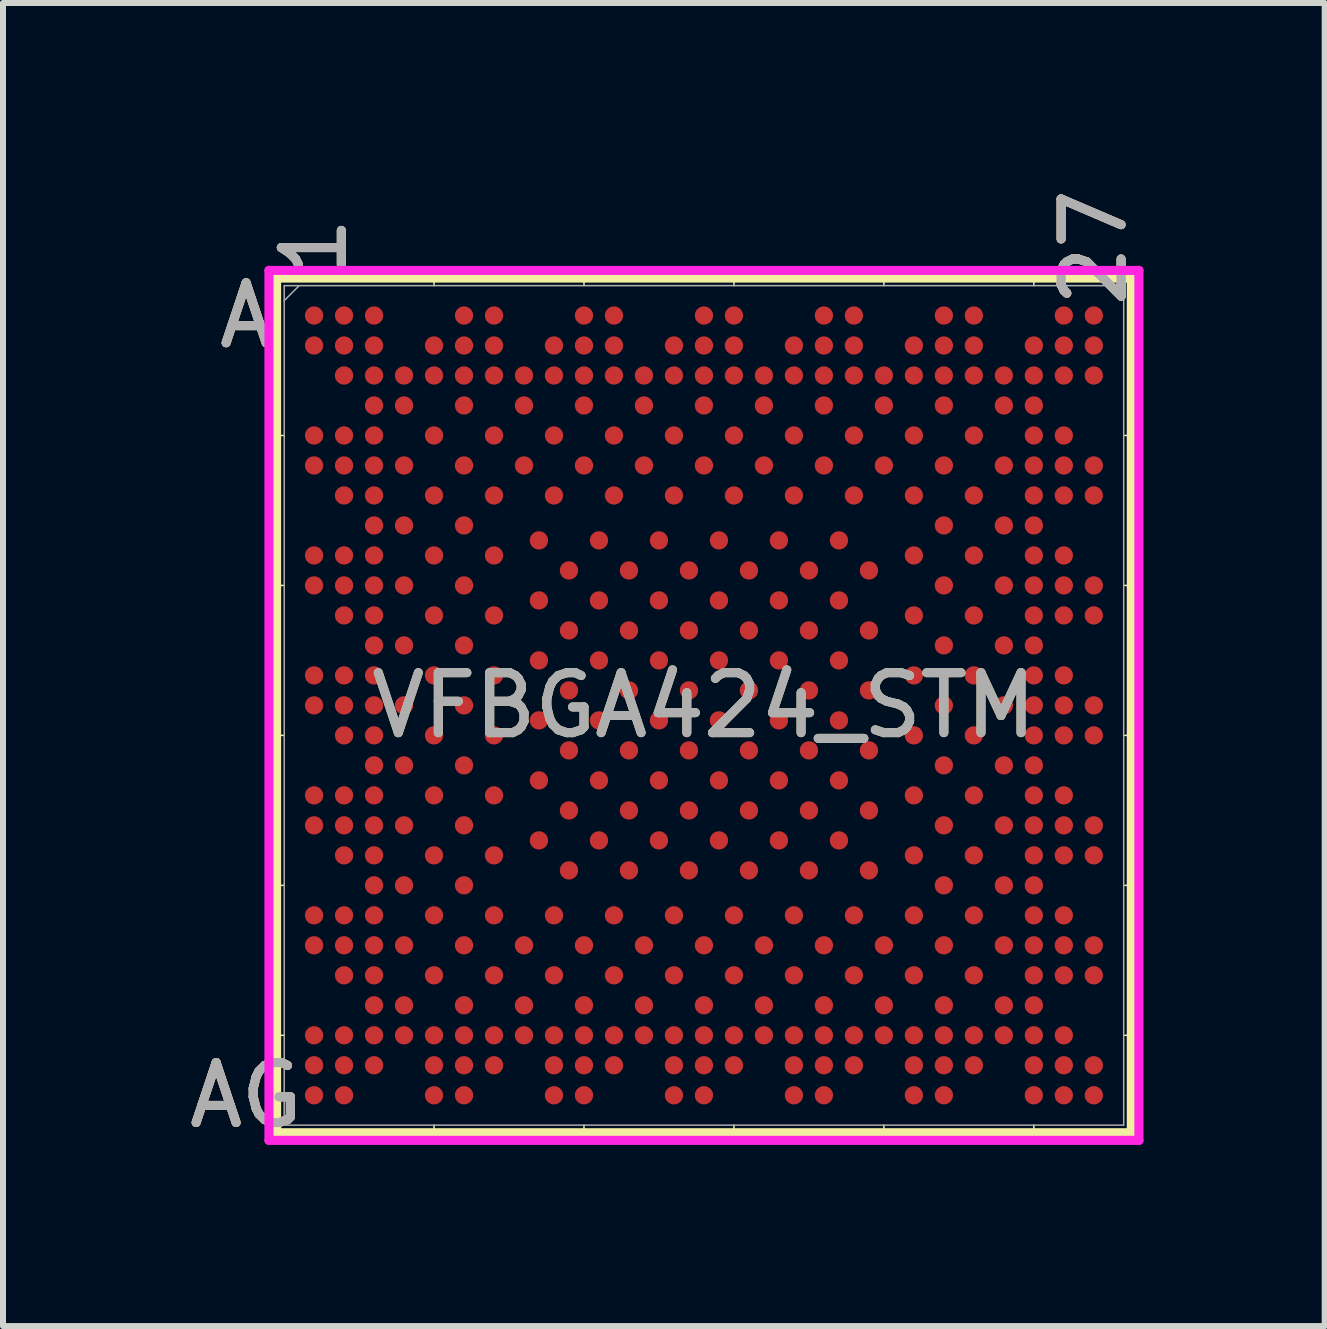
<source format=kicad_pcb>
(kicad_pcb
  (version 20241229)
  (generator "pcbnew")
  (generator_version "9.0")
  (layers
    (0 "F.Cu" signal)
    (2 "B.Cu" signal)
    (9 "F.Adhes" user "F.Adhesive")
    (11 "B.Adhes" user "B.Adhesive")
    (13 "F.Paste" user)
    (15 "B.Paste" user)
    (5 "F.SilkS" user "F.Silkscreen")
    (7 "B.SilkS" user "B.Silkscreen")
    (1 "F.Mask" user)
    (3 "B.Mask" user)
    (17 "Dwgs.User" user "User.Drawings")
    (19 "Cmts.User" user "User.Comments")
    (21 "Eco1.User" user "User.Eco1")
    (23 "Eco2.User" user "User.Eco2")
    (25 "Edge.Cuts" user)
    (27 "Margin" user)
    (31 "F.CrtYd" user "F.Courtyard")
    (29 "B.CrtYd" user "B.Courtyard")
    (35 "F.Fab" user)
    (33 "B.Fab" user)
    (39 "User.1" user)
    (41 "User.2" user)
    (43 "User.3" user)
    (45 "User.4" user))
  (footprint "VFBGA424_STM"
    (layer "F.Cu")
    (at 8.686 8.71)
    (property "Reference" "VFBGA424_STM" (at 0 0 0) (unlocked yes) (layer "F.SilkS") (effects (font (size 1 1) (thickness 0.15))))
    (attr smd)
    (fp_line (start -7.125 -7.125) (end -7.125 7.125) (stroke (width 0.152) (type solid)) (layer "F.SilkS"))
    (fp_line (start -7.125 7.125) (end 7.125 7.125) (stroke (width 0.152) (type solid)) (layer "F.SilkS"))
    (fp_line (start -6.998 -4.5) (end -7.252 -4.5) (stroke (width 0.025) (type solid)) (layer "F.SilkS"))
    (fp_line (start -6.998 -2) (end -7.252 -2) (stroke (width 0.025) (type solid)) (layer "F.SilkS"))
    (fp_line (start -6.998 0.5) (end -7.252 0.5) (stroke (width 0.025) (type solid)) (layer "F.SilkS"))
    (fp_line (start -6.998 3) (end -7.252 3) (stroke (width 0.025) (type solid)) (layer "F.SilkS"))
    (fp_line (start -6.998 5.5) (end -7.252 5.5) (stroke (width 0.025) (type solid)) (layer "F.SilkS"))
    (fp_line (start -4.5 -6.998) (end -4.5 -7.252) (stroke (width 0.025) (type solid)) (layer "F.SilkS"))
    (fp_line (start -4.5 6.998) (end -4.5 7.252) (stroke (width 0.025) (type solid)) (layer "F.SilkS"))
    (fp_line (start -2 -6.998) (end -2 -7.252) (stroke (width 0.025) (type solid)) (layer "F.SilkS"))
    (fp_line (start -2 6.998) (end -2 7.252) (stroke (width 0.025) (type solid)) (layer "F.SilkS"))
    (fp_line (start 0.5 -6.998) (end 0.5 -7.252) (stroke (width 0.025) (type solid)) (layer "F.SilkS"))
    (fp_line (start 0.5 6.998) (end 0.5 7.252) (stroke (width 0.025) (type solid)) (layer "F.SilkS"))
    (fp_line (start 3 -6.998) (end 3 -7.252) (stroke (width 0.025) (type solid)) (layer "F.SilkS"))
    (fp_line (start 3 6.998) (end 3 7.252) (stroke (width 0.025) (type solid)) (layer "F.SilkS"))
    (fp_line (start 5.5 -6.998) (end 5.5 -7.252) (stroke (width 0.025) (type solid)) (layer "F.SilkS"))
    (fp_line (start 5.5 6.998) (end 5.5 7.252) (stroke (width 0.025) (type solid)) (layer "F.SilkS"))
    (fp_line (start 6.998 -4.5) (end 7.252 -4.5) (stroke (width 0.025) (type solid)) (layer "F.SilkS"))
    (fp_line (start 6.998 -2) (end 7.252 -2) (stroke (width 0.025) (type solid)) (layer "F.SilkS"))
    (fp_line (start 6.998 0.5) (end 7.252 0.5) (stroke (width 0.025) (type solid)) (layer "F.SilkS"))
    (fp_line (start 6.998 3) (end 7.252 3) (stroke (width 0.025) (type solid)) (layer "F.SilkS"))
    (fp_line (start 6.998 5.5) (end 7.252 5.5) (stroke (width 0.025) (type solid)) (layer "F.SilkS"))
    (fp_line (start 7.125 -7.125) (end -7.125 -7.125) (stroke (width 0.152) (type solid)) (layer "F.SilkS"))
    (fp_line (start 7.125 7.125) (end 7.125 -7.125) (stroke (width 0.152) (type solid)) (layer "F.SilkS"))
    (fp_line (start -7.252 -7.252) (end 7.252 -7.252) (stroke (width 0.152) (type solid)) (layer "F.CrtYd"))
    (fp_line (start -7.252 7.252) (end -7.252 -7.252) (stroke (width 0.152) (type solid)) (layer "F.CrtYd"))
    (fp_line (start 7.252 -7.252) (end 7.252 7.252) (stroke (width 0.152) (type solid)) (layer "F.CrtYd"))
    (fp_line (start 7.252 7.252) (end -7.252 7.252) (stroke (width 0.152) (type solid)) (layer "F.CrtYd"))
    (fp_line (start -6.998 -6.998) (end -6.998 6.998) (stroke (width 0.025) (type solid)) (layer "F.Fab"))
    (fp_line (start -6.998 6.998) (end 6.998 6.998) (stroke (width 0.025) (type solid)) (layer "F.Fab"))
    (fp_line (start -6.748 -6.998) (end -6.998 -6.748) (stroke (width 0.025) (type solid)) (layer "F.Fab"))
    (fp_line (start 6.998 -6.998) (end -6.998 -6.998) (stroke (width 0.025) (type solid)) (layer "F.Fab"))
    (fp_line (start 6.998 6.998) (end 6.998 -6.998) (stroke (width 0.025) (type solid)) (layer "F.Fab"))
    (fp_text user "AG" (at -7.633 6.5 0) (unlocked yes) (layer "F.SilkS") (effects (font (size 1 1) (thickness 0.15))))
    (fp_text user "27" (at 6.5 -7.633 90) (unlocked yes) (layer "F.SilkS") (effects (font (size 1 1) (thickness 0.15))))
    (fp_text user "1" (at -6.5 -7.633 90) (unlocked yes) (layer "F.SilkS") (effects (font (size 1 1) (thickness 0.15))))
    (fp_text user "A" (at -7.633 -6.5 0) (unlocked yes) (layer "F.SilkS") (effects (font (size 1 1) (thickness 0.15))))
    (fp_text user "A" (at -7.633 -6.5 0) (unlocked yes) (layer "B.SilkS") (effects (font (size 1 1) (thickness 0.15))))
    (fp_text user "1" (at -6.5 -7.633 90) (unlocked yes) (layer "B.SilkS") (effects (font (size 1 1) (thickness 0.15))))
    (fp_text user "27" (at 6.5 -7.633 90) (unlocked yes) (layer "B.SilkS") (effects (font (size 1 1) (thickness 0.15))))
    (fp_text user "AG" (at -7.633 6.5 0) (unlocked yes) (layer "B.SilkS") (effects (font (size 1 1) (thickness 0.15))))
    (fp_text user "A" (at -7.633 -6.5 0) (unlocked yes) (layer "F.Fab") (effects (font (size 1 1) (thickness 0.15))))
    (fp_text user "AG" (at -7.633 6.5 0) (unlocked yes) (layer "F.Fab") (effects (font (size 1 1) (thickness 0.15))))
    (fp_text user "${REFERENCE}" (at 0 0 0) (unlocked yes) (layer "F.Fab") (effects (font (size 1 1) (thickness 0.15))))
    (fp_text user "1" (at -6.5 -7.633 90) (unlocked yes) (layer "F.Fab") (effects (font (size 1 1) (thickness 0.15))))
    (fp_text user "27" (at 6.5 -7.633 90) (unlocked yes) (layer "F.Fab") (effects (font (size 1 1) (thickness 0.15))))
    (pad "1A" smd circle (at -2.751 -2.751) (size 0.305 0.305) (layers "F.Cu" "F.Mask" "F.Paste"))
    (pad "1C" smd circle (at -2.751 -1.75) (size 0.305 0.305) (layers "F.Cu" "F.Mask" "F.Paste"))
    (pad "1E" smd circle (at -2.751 -0.75) (size 0.305 0.305) (layers "F.Cu" "F.Mask" "F.Paste"))
    (pad "1G" smd circle (at -2.751 0.25) (size 0.305 0.305) (layers "F.Cu" "F.Mask" "F.Paste"))
    (pad "1J" smd circle (at -2.751 1.25) (size 0.305 0.305) (layers "F.Cu" "F.Mask" "F.Paste"))
    (pad "1L" smd circle (at -2.751 2.251) (size 0.305 0.305) (layers "F.Cu" "F.Mask" "F.Paste"))
    (pad "2B" smd circle (at -2.25 -2.25) (size 0.305 0.305) (layers "F.Cu" "F.Mask" "F.Paste"))
    (pad "2D" smd circle (at -2.25 -1.25) (size 0.305 0.305) (layers "F.Cu" "F.Mask" "F.Paste"))
    (pad "2F" smd circle (at -2.25 -0.25) (size 0.305 0.305) (layers "F.Cu" "F.Mask" "F.Paste"))
    (pad "2H" smd circle (at -2.25 0.75) (size 0.305 0.305) (layers "F.Cu" "F.Mask" "F.Paste"))
    (pad "2K" smd circle (at -2.25 1.751) (size 0.305 0.305) (layers "F.Cu" "F.Mask" "F.Paste"))
    (pad "2M" smd circle (at -2.25 2.751) (size 0.305 0.305) (layers "F.Cu" "F.Mask" "F.Paste"))
    (pad "3A" smd circle (at -1.75 -2.751) (size 0.305 0.305) (layers "F.Cu" "F.Mask" "F.Paste"))
    (pad "3C" smd circle (at -1.75 -1.75) (size 0.305 0.305) (layers "F.Cu" "F.Mask" "F.Paste"))
    (pad "3E" smd circle (at -1.75 -0.75) (size 0.305 0.305) (layers "F.Cu" "F.Mask" "F.Paste"))
    (pad "3G" smd circle (at -1.75 0.25) (size 0.305 0.305) (layers "F.Cu" "F.Mask" "F.Paste"))
    (pad "3J" smd circle (at -1.75 1.25) (size 0.305 0.305) (layers "F.Cu" "F.Mask" "F.Paste"))
    (pad "3L" smd circle (at -1.75 2.251) (size 0.305 0.305) (layers "F.Cu" "F.Mask" "F.Paste"))
    (pad "4B" smd circle (at -1.25 -2.25) (size 0.305 0.305) (layers "F.Cu" "F.Mask" "F.Paste"))
    (pad "4D" smd circle (at -1.25 -1.25) (size 0.305 0.305) (layers "F.Cu" "F.Mask" "F.Paste"))
    (pad "4F" smd circle (at -1.25 -0.25) (size 0.305 0.305) (layers "F.Cu" "F.Mask" "F.Paste"))
    (pad "4H" smd circle (at -1.25 0.75) (size 0.305 0.305) (layers "F.Cu" "F.Mask" "F.Paste"))
    (pad "4K" smd circle (at -1.25 1.751) (size 0.305 0.305) (layers "F.Cu" "F.Mask" "F.Paste"))
    (pad "4M" smd circle (at -1.25 2.751) (size 0.305 0.305) (layers "F.Cu" "F.Mask" "F.Paste"))
    (pad "5A" smd circle (at -0.75 -2.751) (size 0.305 0.305) (layers "F.Cu" "F.Mask" "F.Paste"))
    (pad "5C" smd circle (at -0.75 -1.75) (size 0.305 0.305) (layers "F.Cu" "F.Mask" "F.Paste"))
    (pad "5E" smd circle (at -0.75 -0.75) (size 0.305 0.305) (layers "F.Cu" "F.Mask" "F.Paste"))
    (pad "5G" smd circle (at -0.75 0.25) (size 0.305 0.305) (layers "F.Cu" "F.Mask" "F.Paste"))
    (pad "5J" smd circle (at -0.75 1.25) (size 0.305 0.305) (layers "F.Cu" "F.Mask" "F.Paste"))
    (pad "5L" smd circle (at -0.75 2.251) (size 0.305 0.305) (layers "F.Cu" "F.Mask" "F.Paste"))
    (pad "6B" smd circle (at -0.25 -2.25) (size 0.305 0.305) (layers "F.Cu" "F.Mask" "F.Paste"))
    (pad "6D" smd circle (at -0.25 -1.25) (size 0.305 0.305) (layers "F.Cu" "F.Mask" "F.Paste"))
    (pad "6F" smd circle (at -0.25 -0.25) (size 0.305 0.305) (layers "F.Cu" "F.Mask" "F.Paste"))
    (pad "6H" smd circle (at -0.25 0.75) (size 0.305 0.305) (layers "F.Cu" "F.Mask" "F.Paste"))
    (pad "6K" smd circle (at -0.25 1.751) (size 0.305 0.305) (layers "F.Cu" "F.Mask" "F.Paste"))
    (pad "6M" smd circle (at -0.25 2.751) (size 0.305 0.305) (layers "F.Cu" "F.Mask" "F.Paste"))
    (pad "7A" smd circle (at 0.25 -2.751) (size 0.305 0.305) (layers "F.Cu" "F.Mask" "F.Paste"))
    (pad "7C" smd circle (at 0.25 -1.75) (size 0.305 0.305) (layers "F.Cu" "F.Mask" "F.Paste"))
    (pad "7E" smd circle (at 0.25 -0.75) (size 0.305 0.305) (layers "F.Cu" "F.Mask" "F.Paste"))
    (pad "7G" smd circle (at 0.25 0.25) (size 0.305 0.305) (layers "F.Cu" "F.Mask" "F.Paste"))
    (pad "7J" smd circle (at 0.25 1.25) (size 0.305 0.305) (layers "F.Cu" "F.Mask" "F.Paste"))
    (pad "7L" smd circle (at 0.25 2.251) (size 0.305 0.305) (layers "F.Cu" "F.Mask" "F.Paste"))
    (pad "8B" smd circle (at 0.75 -2.25) (size 0.305 0.305) (layers "F.Cu" "F.Mask" "F.Paste"))
    (pad "8D" smd circle (at 0.75 -1.25) (size 0.305 0.305) (layers "F.Cu" "F.Mask" "F.Paste"))
    (pad "8F" smd circle (at 0.75 -0.25) (size 0.305 0.305) (layers "F.Cu" "F.Mask" "F.Paste"))
    (pad "8H" smd circle (at 0.75 0.75) (size 0.305 0.305) (layers "F.Cu" "F.Mask" "F.Paste"))
    (pad "8K" smd circle (at 0.75 1.751) (size 0.305 0.305) (layers "F.Cu" "F.Mask" "F.Paste"))
    (pad "8M" smd circle (at 0.75 2.751) (size 0.305 0.305) (layers "F.Cu" "F.Mask" "F.Paste"))
    (pad "9A" smd circle (at 1.25 -2.751) (size 0.305 0.305) (layers "F.Cu" "F.Mask" "F.Paste"))
    (pad "9C" smd circle (at 1.25 -1.75) (size 0.305 0.305) (layers "F.Cu" "F.Mask" "F.Paste"))
    (pad "9E" smd circle (at 1.25 -0.75) (size 0.305 0.305) (layers "F.Cu" "F.Mask" "F.Paste"))
    (pad "9G" smd circle (at 1.25 0.25) (size 0.305 0.305) (layers "F.Cu" "F.Mask" "F.Paste"))
    (pad "9J" smd circle (at 1.25 1.25) (size 0.305 0.305) (layers "F.Cu" "F.Mask" "F.Paste"))
    (pad "9L" smd circle (at 1.25 2.251) (size 0.305 0.305) (layers "F.Cu" "F.Mask" "F.Paste"))
    (pad "10B" smd circle (at 1.751 -2.25) (size 0.305 0.305) (layers "F.Cu" "F.Mask" "F.Paste"))
    (pad "10D" smd circle (at 1.751 -1.25) (size 0.305 0.305) (layers "F.Cu" "F.Mask" "F.Paste"))
    (pad "10F" smd circle (at 1.751 -0.25) (size 0.305 0.305) (layers "F.Cu" "F.Mask" "F.Paste"))
    (pad "10H" smd circle (at 1.751 0.75) (size 0.305 0.305) (layers "F.Cu" "F.Mask" "F.Paste"))
    (pad "10K" smd circle (at 1.751 1.751) (size 0.305 0.305) (layers "F.Cu" "F.Mask" "F.Paste"))
    (pad "10M" smd circle (at 1.751 2.751) (size 0.305 0.305) (layers "F.Cu" "F.Mask" "F.Paste"))
    (pad "11A" smd circle (at 2.251 -2.751) (size 0.305 0.305) (layers "F.Cu" "F.Mask" "F.Paste"))
    (pad "11C" smd circle (at 2.251 -1.75) (size 0.305 0.305) (layers "F.Cu" "F.Mask" "F.Paste"))
    (pad "11E" smd circle (at 2.251 -0.75) (size 0.305 0.305) (layers "F.Cu" "F.Mask" "F.Paste"))
    (pad "11G" smd circle (at 2.251 0.25) (size 0.305 0.305) (layers "F.Cu" "F.Mask" "F.Paste"))
    (pad "11J" smd circle (at 2.251 1.25) (size 0.305 0.305) (layers "F.Cu" "F.Mask" "F.Paste"))
    (pad "11L" smd circle (at 2.251 2.251) (size 0.305 0.305) (layers "F.Cu" "F.Mask" "F.Paste"))
    (pad "12B" smd circle (at 2.751 -2.25) (size 0.305 0.305) (layers "F.Cu" "F.Mask" "F.Paste"))
    (pad "12D" smd circle (at 2.751 -1.25) (size 0.305 0.305) (layers "F.Cu" "F.Mask" "F.Paste"))
    (pad "12F" smd circle (at 2.751 -0.25) (size 0.305 0.305) (layers "F.Cu" "F.Mask" "F.Paste"))
    (pad "12H" smd circle (at 2.751 0.75) (size 0.305 0.305) (layers "F.Cu" "F.Mask" "F.Paste"))
    (pad "12K" smd circle (at 2.751 1.751) (size 0.305 0.305) (layers "F.Cu" "F.Mask" "F.Paste"))
    (pad "12M" smd circle (at 2.751 2.751) (size 0.305 0.305) (layers "F.Cu" "F.Mask" "F.Paste"))
    (pad "A1" smd circle (at -6.5 -6.5) (size 0.305 0.305) (layers "F.Cu" "F.Mask" "F.Paste"))
    (pad "A2" smd circle (at -6 -6.5) (size 0.305 0.305) (layers "F.Cu" "F.Mask" "F.Paste"))
    (pad "A3" smd circle (at -5.5 -6.5) (size 0.305 0.305) (layers "F.Cu" "F.Mask" "F.Paste"))
    (pad "A6" smd circle (at -4 -6.5) (size 0.305 0.305) (layers "F.Cu" "F.Mask" "F.Paste"))
    (pad "A7" smd circle (at -3.5 -6.5) (size 0.305 0.305) (layers "F.Cu" "F.Mask" "F.Paste"))
    (pad "A10" smd circle (at -2 -6.5) (size 0.305 0.305) (layers "F.Cu" "F.Mask" "F.Paste"))
    (pad "A11" smd circle (at -1.5 -6.5) (size 0.305 0.305) (layers "F.Cu" "F.Mask" "F.Paste"))
    (pad "A14" smd circle (at 0 -6.5) (size 0.305 0.305) (layers "F.Cu" "F.Mask" "F.Paste"))
    (pad "A15" smd circle (at 0.5 -6.5) (size 0.305 0.305) (layers "F.Cu" "F.Mask" "F.Paste"))
    (pad "A18" smd circle (at 2 -6.5) (size 0.305 0.305) (layers "F.Cu" "F.Mask" "F.Paste"))
    (pad "A19" smd circle (at 2.5 -6.5) (size 0.305 0.305) (layers "F.Cu" "F.Mask" "F.Paste"))
    (pad "A22" smd circle (at 4 -6.5) (size 0.305 0.305) (layers "F.Cu" "F.Mask" "F.Paste"))
    (pad "A23" smd circle (at 4.5 -6.5) (size 0.305 0.305) (layers "F.Cu" "F.Mask" "F.Paste"))
    (pad "A26" smd circle (at 6 -6.5) (size 0.305 0.305) (layers "F.Cu" "F.Mask" "F.Paste"))
    (pad "A27" smd circle (at 6.5 -6.5) (size 0.305 0.305) (layers "F.Cu" "F.Mask" "F.Paste"))
    (pad "AA1" smd circle (at -6.5 3.5) (size 0.305 0.305) (layers "F.Cu" "F.Mask" "F.Paste"))
    (pad "AA2" smd circle (at -6 3.5) (size 0.305 0.305) (layers "F.Cu" "F.Mask" "F.Paste"))
    (pad "AA3" smd circle (at -5.5 3.5) (size 0.305 0.305) (layers "F.Cu" "F.Mask" "F.Paste"))
    (pad "AA5" smd circle (at -4.5 3.5) (size 0.305 0.305) (layers "F.Cu" "F.Mask" "F.Paste"))
    (pad "AA7" smd circle (at -3.5 3.5) (size 0.305 0.305) (layers "F.Cu" "F.Mask" "F.Paste"))
    (pad "AA9" smd circle (at -2.5 3.5) (size 0.305 0.305) (layers "F.Cu" "F.Mask" "F.Paste"))
    (pad "AA11" smd circle (at -1.5 3.5) (size 0.305 0.305) (layers "F.Cu" "F.Mask" "F.Paste"))
    (pad "AA13" smd circle (at -0.5 3.5) (size 0.305 0.305) (layers "F.Cu" "F.Mask" "F.Paste"))
    (pad "AA15" smd circle (at 0.5 3.5) (size 0.305 0.305) (layers "F.Cu" "F.Mask" "F.Paste"))
    (pad "AA17" smd circle (at 1.5 3.5) (size 0.305 0.305) (layers "F.Cu" "F.Mask" "F.Paste"))
    (pad "AA19" smd circle (at 2.5 3.5) (size 0.305 0.305) (layers "F.Cu" "F.Mask" "F.Paste"))
    (pad "AA21" smd circle (at 3.5 3.5) (size 0.305 0.305) (layers "F.Cu" "F.Mask" "F.Paste"))
    (pad "AA23" smd circle (at 4.5 3.5) (size 0.305 0.305) (layers "F.Cu" "F.Mask" "F.Paste"))
    (pad "AA25" smd circle (at 5.5 3.5) (size 0.305 0.305) (layers "F.Cu" "F.Mask" "F.Paste"))
    (pad "AA26" smd circle (at 6 3.5) (size 0.305 0.305) (layers "F.Cu" "F.Mask" "F.Paste"))
    (pad "AB1" smd circle (at -6.5 4) (size 0.305 0.305) (layers "F.Cu" "F.Mask" "F.Paste"))
    (pad "AB2" smd circle (at -6 4) (size 0.305 0.305) (layers "F.Cu" "F.Mask" "F.Paste"))
    (pad "AB3" smd circle (at -5.5 4) (size 0.305 0.305) (layers "F.Cu" "F.Mask" "F.Paste"))
    (pad "AB4" smd circle (at -5 4) (size 0.305 0.305) (layers "F.Cu" "F.Mask" "F.Paste"))
    (pad "AB6" smd circle (at -4 4) (size 0.305 0.305) (layers "F.Cu" "F.Mask" "F.Paste"))
    (pad "AB8" smd circle (at -3 4) (size 0.305 0.305) (layers "F.Cu" "F.Mask" "F.Paste"))
    (pad "AB10" smd circle (at -2 4) (size 0.305 0.305) (layers "F.Cu" "F.Mask" "F.Paste"))
    (pad "AB12" smd circle (at -1 4) (size 0.305 0.305) (layers "F.Cu" "F.Mask" "F.Paste"))
    (pad "AB14" smd circle (at 0 4) (size 0.305 0.305) (layers "F.Cu" "F.Mask" "F.Paste"))
    (pad "AB16" smd circle (at 1 4) (size 0.305 0.305) (layers "F.Cu" "F.Mask" "F.Paste"))
    (pad "AB18" smd circle (at 2 4) (size 0.305 0.305) (layers "F.Cu" "F.Mask" "F.Paste"))
    (pad "AB20" smd circle (at 3 4) (size 0.305 0.305) (layers "F.Cu" "F.Mask" "F.Paste"))
    (pad "AB22" smd circle (at 4 4) (size 0.305 0.305) (layers "F.Cu" "F.Mask" "F.Paste"))
    (pad "AB24" smd circle (at 5 4) (size 0.305 0.305) (layers "F.Cu" "F.Mask" "F.Paste"))
    (pad "AB25" smd circle (at 5.5 4) (size 0.305 0.305) (layers "F.Cu" "F.Mask" "F.Paste"))
    (pad "AB26" smd circle (at 6 4) (size 0.305 0.305) (layers "F.Cu" "F.Mask" "F.Paste"))
    (pad "AB27" smd circle (at 6.5 4) (size 0.305 0.305) (layers "F.Cu" "F.Mask" "F.Paste"))
    (pad "AC2" smd circle (at -6 4.5) (size 0.305 0.305) (layers "F.Cu" "F.Mask" "F.Paste"))
    (pad "AC3" smd circle (at -5.5 4.5) (size 0.305 0.305) (layers "F.Cu" "F.Mask" "F.Paste"))
    (pad "AC5" smd circle (at -4.5 4.5) (size 0.305 0.305) (layers "F.Cu" "F.Mask" "F.Paste"))
    (pad "AC7" smd circle (at -3.5 4.5) (size 0.305 0.305) (layers "F.Cu" "F.Mask" "F.Paste"))
    (pad "AC9" smd circle (at -2.5 4.5) (size 0.305 0.305) (layers "F.Cu" "F.Mask" "F.Paste"))
    (pad "AC11" smd circle (at -1.5 4.5) (size 0.305 0.305) (layers "F.Cu" "F.Mask" "F.Paste"))
    (pad "AC13" smd circle (at -0.5 4.5) (size 0.305 0.305) (layers "F.Cu" "F.Mask" "F.Paste"))
    (pad "AC15" smd circle (at 0.5 4.5) (size 0.305 0.305) (layers "F.Cu" "F.Mask" "F.Paste"))
    (pad "AC17" smd circle (at 1.5 4.5) (size 0.305 0.305) (layers "F.Cu" "F.Mask" "F.Paste"))
    (pad "AC19" smd circle (at 2.5 4.5) (size 0.305 0.305) (layers "F.Cu" "F.Mask" "F.Paste"))
    (pad "AC21" smd circle (at 3.5 4.5) (size 0.305 0.305) (layers "F.Cu" "F.Mask" "F.Paste"))
    (pad "AC23" smd circle (at 4.5 4.5) (size 0.305 0.305) (layers "F.Cu" "F.Mask" "F.Paste"))
    (pad "AC25" smd circle (at 5.5 4.5) (size 0.305 0.305) (layers "F.Cu" "F.Mask" "F.Paste"))
    (pad "AC26" smd circle (at 6 4.5) (size 0.305 0.305) (layers "F.Cu" "F.Mask" "F.Paste"))
    (pad "AC27" smd circle (at 6.5 4.5) (size 0.305 0.305) (layers "F.Cu" "F.Mask" "F.Paste"))
    (pad "AD3" smd circle (at -5.5 5) (size 0.305 0.305) (layers "F.Cu" "F.Mask" "F.Paste"))
    (pad "AD4" smd circle (at -5 5) (size 0.305 0.305) (layers "F.Cu" "F.Mask" "F.Paste"))
    (pad "AD6" smd circle (at -4 5) (size 0.305 0.305) (layers "F.Cu" "F.Mask" "F.Paste"))
    (pad "AD8" smd circle (at -3 5) (size 0.305 0.305) (layers "F.Cu" "F.Mask" "F.Paste"))
    (pad "AD10" smd circle (at -2 5) (size 0.305 0.305) (layers "F.Cu" "F.Mask" "F.Paste"))
    (pad "AD12" smd circle (at -1 5) (size 0.305 0.305) (layers "F.Cu" "F.Mask" "F.Paste"))
    (pad "AD14" smd circle (at 0 5) (size 0.305 0.305) (layers "F.Cu" "F.Mask" "F.Paste"))
    (pad "AD16" smd circle (at 1 5) (size 0.305 0.305) (layers "F.Cu" "F.Mask" "F.Paste"))
    (pad "AD18" smd circle (at 2 5) (size 0.305 0.305) (layers "F.Cu" "F.Mask" "F.Paste"))
    (pad "AD20" smd circle (at 3 5) (size 0.305 0.305) (layers "F.Cu" "F.Mask" "F.Paste"))
    (pad "AD22" smd circle (at 4 5) (size 0.305 0.305) (layers "F.Cu" "F.Mask" "F.Paste"))
    (pad "AD24" smd circle (at 5 5) (size 0.305 0.305) (layers "F.Cu" "F.Mask" "F.Paste"))
    (pad "AD25" smd circle (at 5.5 5) (size 0.305 0.305) (layers "F.Cu" "F.Mask" "F.Paste"))
    (pad "AE1" smd circle (at -6.5 5.5) (size 0.305 0.305) (layers "F.Cu" "F.Mask" "F.Paste"))
    (pad "AE2" smd circle (at -6 5.5) (size 0.305 0.305) (layers "F.Cu" "F.Mask" "F.Paste"))
    (pad "AE3" smd circle (at -5.5 5.5) (size 0.305 0.305) (layers "F.Cu" "F.Mask" "F.Paste"))
    (pad "AE4" smd circle (at -5 5.5) (size 0.305 0.305) (layers "F.Cu" "F.Mask" "F.Paste"))
    (pad "AE5" smd circle (at -4.5 5.5) (size 0.305 0.305) (layers "F.Cu" "F.Mask" "F.Paste"))
    (pad "AE6" smd circle (at -4 5.5) (size 0.305 0.305) (layers "F.Cu" "F.Mask" "F.Paste"))
    (pad "AE7" smd circle (at -3.5 5.5) (size 0.305 0.305) (layers "F.Cu" "F.Mask" "F.Paste"))
    (pad "AE8" smd circle (at -3 5.5) (size 0.305 0.305) (layers "F.Cu" "F.Mask" "F.Paste"))
    (pad "AE9" smd circle (at -2.5 5.5) (size 0.305 0.305) (layers "F.Cu" "F.Mask" "F.Paste"))
    (pad "AE10" smd circle (at -2 5.5) (size 0.305 0.305) (layers "F.Cu" "F.Mask" "F.Paste"))
    (pad "AE11" smd circle (at -1.5 5.5) (size 0.305 0.305) (layers "F.Cu" "F.Mask" "F.Paste"))
    (pad "AE12" smd circle (at -1 5.5) (size 0.305 0.305) (layers "F.Cu" "F.Mask" "F.Paste"))
    (pad "AE13" smd circle (at -0.5 5.5) (size 0.305 0.305) (layers "F.Cu" "F.Mask" "F.Paste"))
    (pad "AE14" smd circle (at 0 5.5) (size 0.305 0.305) (layers "F.Cu" "F.Mask" "F.Paste"))
    (pad "AE15" smd circle (at 0.5 5.5) (size 0.305 0.305) (layers "F.Cu" "F.Mask" "F.Paste"))
    (pad "AE16" smd circle (at 1 5.5) (size 0.305 0.305) (layers "F.Cu" "F.Mask" "F.Paste"))
    (pad "AE17" smd circle (at 1.5 5.5) (size 0.305 0.305) (layers "F.Cu" "F.Mask" "F.Paste"))
    (pad "AE18" smd circle (at 2 5.5) (size 0.305 0.305) (layers "F.Cu" "F.Mask" "F.Paste"))
    (pad "AE19" smd circle (at 2.5 5.5) (size 0.305 0.305) (layers "F.Cu" "F.Mask" "F.Paste"))
    (pad "AE20" smd circle (at 3 5.5) (size 0.305 0.305) (layers "F.Cu" "F.Mask" "F.Paste"))
    (pad "AE21" smd circle (at 3.5 5.5) (size 0.305 0.305) (layers "F.Cu" "F.Mask" "F.Paste"))
    (pad "AE22" smd circle (at 4 5.5) (size 0.305 0.305) (layers "F.Cu" "F.Mask" "F.Paste"))
    (pad "AE23" smd circle (at 4.5 5.5) (size 0.305 0.305) (layers "F.Cu" "F.Mask" "F.Paste"))
    (pad "AE24" smd circle (at 5 5.5) (size 0.305 0.305) (layers "F.Cu" "F.Mask" "F.Paste"))
    (pad "AE25" smd circle (at 5.5 5.5) (size 0.305 0.305) (layers "F.Cu" "F.Mask" "F.Paste"))
    (pad "AE26" smd circle (at 6 5.5) (size 0.305 0.305) (layers "F.Cu" "F.Mask" "F.Paste"))
    (pad "AF1" smd circle (at -6.5 6) (size 0.305 0.305) (layers "F.Cu" "F.Mask" "F.Paste"))
    (pad "AF2" smd circle (at -6 6) (size 0.305 0.305) (layers "F.Cu" "F.Mask" "F.Paste"))
    (pad "AF3" smd circle (at -5.5 6) (size 0.305 0.305) (layers "F.Cu" "F.Mask" "F.Paste"))
    (pad "AF5" smd circle (at -4.5 6) (size 0.305 0.305) (layers "F.Cu" "F.Mask" "F.Paste"))
    (pad "AF6" smd circle (at -4 6) (size 0.305 0.305) (layers "F.Cu" "F.Mask" "F.Paste"))
    (pad "AF7" smd circle (at -3.5 6) (size 0.305 0.305) (layers "F.Cu" "F.Mask" "F.Paste"))
    (pad "AF9" smd circle (at -2.5 6) (size 0.305 0.305) (layers "F.Cu" "F.Mask" "F.Paste"))
    (pad "AF10" smd circle (at -2 6) (size 0.305 0.305) (layers "F.Cu" "F.Mask" "F.Paste"))
    (pad "AF11" smd circle (at -1.5 6) (size 0.305 0.305) (layers "F.Cu" "F.Mask" "F.Paste"))
    (pad "AF13" smd circle (at -0.5 6) (size 0.305 0.305) (layers "F.Cu" "F.Mask" "F.Paste"))
    (pad "AF14" smd circle (at 0 6) (size 0.305 0.305) (layers "F.Cu" "F.Mask" "F.Paste"))
    (pad "AF15" smd circle (at 0.5 6) (size 0.305 0.305) (layers "F.Cu" "F.Mask" "F.Paste"))
    (pad "AF17" smd circle (at 1.5 6) (size 0.305 0.305) (layers "F.Cu" "F.Mask" "F.Paste"))
    (pad "AF18" smd circle (at 2 6) (size 0.305 0.305) (layers "F.Cu" "F.Mask" "F.Paste"))
    (pad "AF19" smd circle (at 2.5 6) (size 0.305 0.305) (layers "F.Cu" "F.Mask" "F.Paste"))
    (pad "AF21" smd circle (at 3.5 6) (size 0.305 0.305) (layers "F.Cu" "F.Mask" "F.Paste"))
    (pad "AF22" smd circle (at 4 6) (size 0.305 0.305) (layers "F.Cu" "F.Mask" "F.Paste"))
    (pad "AF23" smd circle (at 4.5 6) (size 0.305 0.305) (layers "F.Cu" "F.Mask" "F.Paste"))
    (pad "AF25" smd circle (at 5.5 6) (size 0.305 0.305) (layers "F.Cu" "F.Mask" "F.Paste"))
    (pad "AF26" smd circle (at 6 6) (size 0.305 0.305) (layers "F.Cu" "F.Mask" "F.Paste"))
    (pad "AF27" smd circle (at 6.5 6) (size 0.305 0.305) (layers "F.Cu" "F.Mask" "F.Paste"))
    (pad "AG1" smd circle (at -6.5 6.5) (size 0.305 0.305) (layers "F.Cu" "F.Mask" "F.Paste"))
    (pad "AG2" smd circle (at -6 6.5) (size 0.305 0.305) (layers "F.Cu" "F.Mask" "F.Paste"))
    (pad "AG5" smd circle (at -4.5 6.5) (size 0.305 0.305) (layers "F.Cu" "F.Mask" "F.Paste"))
    (pad "AG6" smd circle (at -4 6.5) (size 0.305 0.305) (layers "F.Cu" "F.Mask" "F.Paste"))
    (pad "AG9" smd circle (at -2.5 6.5) (size 0.305 0.305) (layers "F.Cu" "F.Mask" "F.Paste"))
    (pad "AG10" smd circle (at -2 6.5) (size 0.305 0.305) (layers "F.Cu" "F.Mask" "F.Paste"))
    (pad "AG13" smd circle (at -0.5 6.5) (size 0.305 0.305) (layers "F.Cu" "F.Mask" "F.Paste"))
    (pad "AG14" smd circle (at 0 6.5) (size 0.305 0.305) (layers "F.Cu" "F.Mask" "F.Paste"))
    (pad "AG17" smd circle (at 1.5 6.5) (size 0.305 0.305) (layers "F.Cu" "F.Mask" "F.Paste"))
    (pad "AG18" smd circle (at 2 6.5) (size 0.305 0.305) (layers "F.Cu" "F.Mask" "F.Paste"))
    (pad "AG21" smd circle (at 3.5 6.5) (size 0.305 0.305) (layers "F.Cu" "F.Mask" "F.Paste"))
    (pad "AG22" smd circle (at 4 6.5) (size 0.305 0.305) (layers "F.Cu" "F.Mask" "F.Paste"))
    (pad "AG25" smd circle (at 5.5 6.5) (size 0.305 0.305) (layers "F.Cu" "F.Mask" "F.Paste"))
    (pad "AG26" smd circle (at 6 6.5) (size 0.305 0.305) (layers "F.Cu" "F.Mask" "F.Paste"))
    (pad "AG27" smd circle (at 6.5 6.5) (size 0.305 0.305) (layers "F.Cu" "F.Mask" "F.Paste"))
    (pad "B1" smd circle (at -6.5 -6) (size 0.305 0.305) (layers "F.Cu" "F.Mask" "F.Paste"))
    (pad "B2" smd circle (at -6 -6) (size 0.305 0.305) (layers "F.Cu" "F.Mask" "F.Paste"))
    (pad "B3" smd circle (at -5.5 -6) (size 0.305 0.305) (layers "F.Cu" "F.Mask" "F.Paste"))
    (pad "B5" smd circle (at -4.5 -6) (size 0.305 0.305) (layers "F.Cu" "F.Mask" "F.Paste"))
    (pad "B6" smd circle (at -4 -6) (size 0.305 0.305) (layers "F.Cu" "F.Mask" "F.Paste"))
    (pad "B7" smd circle (at -3.5 -6) (size 0.305 0.305) (layers "F.Cu" "F.Mask" "F.Paste"))
    (pad "B9" smd circle (at -2.5 -6) (size 0.305 0.305) (layers "F.Cu" "F.Mask" "F.Paste"))
    (pad "B10" smd circle (at -2 -6) (size 0.305 0.305) (layers "F.Cu" "F.Mask" "F.Paste"))
    (pad "B11" smd circle (at -1.5 -6) (size 0.305 0.305) (layers "F.Cu" "F.Mask" "F.Paste"))
    (pad "B13" smd circle (at -0.5 -6) (size 0.305 0.305) (layers "F.Cu" "F.Mask" "F.Paste"))
    (pad "B14" smd circle (at 0 -6) (size 0.305 0.305) (layers "F.Cu" "F.Mask" "F.Paste"))
    (pad "B15" smd circle (at 0.5 -6) (size 0.305 0.305) (layers "F.Cu" "F.Mask" "F.Paste"))
    (pad "B17" smd circle (at 1.5 -6) (size 0.305 0.305) (layers "F.Cu" "F.Mask" "F.Paste"))
    (pad "B18" smd circle (at 2 -6) (size 0.305 0.305) (layers "F.Cu" "F.Mask" "F.Paste"))
    (pad "B19" smd circle (at 2.5 -6) (size 0.305 0.305) (layers "F.Cu" "F.Mask" "F.Paste"))
    (pad "B21" smd circle (at 3.5 -6) (size 0.305 0.305) (layers "F.Cu" "F.Mask" "F.Paste"))
    (pad "B22" smd circle (at 4 -6) (size 0.305 0.305) (layers "F.Cu" "F.Mask" "F.Paste"))
    (pad "B23" smd circle (at 4.5 -6) (size 0.305 0.305) (layers "F.Cu" "F.Mask" "F.Paste"))
    (pad "B25" smd circle (at 5.5 -6) (size 0.305 0.305) (layers "F.Cu" "F.Mask" "F.Paste"))
    (pad "B26" smd circle (at 6 -6) (size 0.305 0.305) (layers "F.Cu" "F.Mask" "F.Paste"))
    (pad "B27" smd circle (at 6.5 -6) (size 0.305 0.305) (layers "F.Cu" "F.Mask" "F.Paste"))
    (pad "C2" smd circle (at -6 -5.5) (size 0.305 0.305) (layers "F.Cu" "F.Mask" "F.Paste"))
    (pad "C3" smd circle (at -5.5 -5.5) (size 0.305 0.305) (layers "F.Cu" "F.Mask" "F.Paste"))
    (pad "C4" smd circle (at -5 -5.5) (size 0.305 0.305) (layers "F.Cu" "F.Mask" "F.Paste"))
    (pad "C5" smd circle (at -4.5 -5.5) (size 0.305 0.305) (layers "F.Cu" "F.Mask" "F.Paste"))
    (pad "C6" smd circle (at -4 -5.5) (size 0.305 0.305) (layers "F.Cu" "F.Mask" "F.Paste"))
    (pad "C7" smd circle (at -3.5 -5.5) (size 0.305 0.305) (layers "F.Cu" "F.Mask" "F.Paste"))
    (pad "C8" smd circle (at -3 -5.5) (size 0.305 0.305) (layers "F.Cu" "F.Mask" "F.Paste"))
    (pad "C9" smd circle (at -2.5 -5.5) (size 0.305 0.305) (layers "F.Cu" "F.Mask" "F.Paste"))
    (pad "C10" smd circle (at -2 -5.5) (size 0.305 0.305) (layers "F.Cu" "F.Mask" "F.Paste"))
    (pad "C11" smd circle (at -1.5 -5.5) (size 0.305 0.305) (layers "F.Cu" "F.Mask" "F.Paste"))
    (pad "C12" smd circle (at -1 -5.5) (size 0.305 0.305) (layers "F.Cu" "F.Mask" "F.Paste"))
    (pad "C13" smd circle (at -0.5 -5.5) (size 0.305 0.305) (layers "F.Cu" "F.Mask" "F.Paste"))
    (pad "C14" smd circle (at 0 -5.5) (size 0.305 0.305) (layers "F.Cu" "F.Mask" "F.Paste"))
    (pad "C15" smd circle (at 0.5 -5.5) (size 0.305 0.305) (layers "F.Cu" "F.Mask" "F.Paste"))
    (pad "C16" smd circle (at 1 -5.5) (size 0.305 0.305) (layers "F.Cu" "F.Mask" "F.Paste"))
    (pad "C17" smd circle (at 1.5 -5.5) (size 0.305 0.305) (layers "F.Cu" "F.Mask" "F.Paste"))
    (pad "C18" smd circle (at 2 -5.5) (size 0.305 0.305) (layers "F.Cu" "F.Mask" "F.Paste"))
    (pad "C19" smd circle (at 2.5 -5.5) (size 0.305 0.305) (layers "F.Cu" "F.Mask" "F.Paste"))
    (pad "C20" smd circle (at 3 -5.5) (size 0.305 0.305) (layers "F.Cu" "F.Mask" "F.Paste"))
    (pad "C21" smd circle (at 3.5 -5.5) (size 0.305 0.305) (layers "F.Cu" "F.Mask" "F.Paste"))
    (pad "C22" smd circle (at 4 -5.5) (size 0.305 0.305) (layers "F.Cu" "F.Mask" "F.Paste"))
    (pad "C23" smd circle (at 4.5 -5.5) (size 0.305 0.305) (layers "F.Cu" "F.Mask" "F.Paste"))
    (pad "C24" smd circle (at 5 -5.5) (size 0.305 0.305) (layers "F.Cu" "F.Mask" "F.Paste"))
    (pad "C25" smd circle (at 5.5 -5.5) (size 0.305 0.305) (layers "F.Cu" "F.Mask" "F.Paste"))
    (pad "C26" smd circle (at 6 -5.5) (size 0.305 0.305) (layers "F.Cu" "F.Mask" "F.Paste"))
    (pad "C27" smd circle (at 6.5 -5.5) (size 0.305 0.305) (layers "F.Cu" "F.Mask" "F.Paste"))
    (pad "D3" smd circle (at -5.5 -5) (size 0.305 0.305) (layers "F.Cu" "F.Mask" "F.Paste"))
    (pad "D4" smd circle (at -5 -5) (size 0.305 0.305) (layers "F.Cu" "F.Mask" "F.Paste"))
    (pad "D6" smd circle (at -4 -5) (size 0.305 0.305) (layers "F.Cu" "F.Mask" "F.Paste"))
    (pad "D8" smd circle (at -3 -5) (size 0.305 0.305) (layers "F.Cu" "F.Mask" "F.Paste"))
    (pad "D10" smd circle (at -2 -5) (size 0.305 0.305) (layers "F.Cu" "F.Mask" "F.Paste"))
    (pad "D12" smd circle (at -1 -5) (size 0.305 0.305) (layers "F.Cu" "F.Mask" "F.Paste"))
    (pad "D14" smd circle (at 0 -5) (size 0.305 0.305) (layers "F.Cu" "F.Mask" "F.Paste"))
    (pad "D16" smd circle (at 1 -5) (size 0.305 0.305) (layers "F.Cu" "F.Mask" "F.Paste"))
    (pad "D18" smd circle (at 2 -5) (size 0.305 0.305) (layers "F.Cu" "F.Mask" "F.Paste"))
    (pad "D20" smd circle (at 3 -5) (size 0.305 0.305) (layers "F.Cu" "F.Mask" "F.Paste"))
    (pad "D22" smd circle (at 4 -5) (size 0.305 0.305) (layers "F.Cu" "F.Mask" "F.Paste"))
    (pad "D24" smd circle (at 5 -5) (size 0.305 0.305) (layers "F.Cu" "F.Mask" "F.Paste"))
    (pad "D25" smd circle (at 5.5 -5) (size 0.305 0.305) (layers "F.Cu" "F.Mask" "F.Paste"))
    (pad "E1" smd circle (at -6.5 -4.5) (size 0.305 0.305) (layers "F.Cu" "F.Mask" "F.Paste"))
    (pad "E2" smd circle (at -6 -4.5) (size 0.305 0.305) (layers "F.Cu" "F.Mask" "F.Paste"))
    (pad "E3" smd circle (at -5.5 -4.5) (size 0.305 0.305) (layers "F.Cu" "F.Mask" "F.Paste"))
    (pad "E5" smd circle (at -4.5 -4.5) (size 0.305 0.305) (layers "F.Cu" "F.Mask" "F.Paste"))
    (pad "E7" smd circle (at -3.5 -4.5) (size 0.305 0.305) (layers "F.Cu" "F.Mask" "F.Paste"))
    (pad "E9" smd circle (at -2.5 -4.5) (size 0.305 0.305) (layers "F.Cu" "F.Mask" "F.Paste"))
    (pad "E11" smd circle (at -1.5 -4.5) (size 0.305 0.305) (layers "F.Cu" "F.Mask" "F.Paste"))
    (pad "E13" smd circle (at -0.5 -4.5) (size 0.305 0.305) (layers "F.Cu" "F.Mask" "F.Paste"))
    (pad "E15" smd circle (at 0.5 -4.5) (size 0.305 0.305) (layers "F.Cu" "F.Mask" "F.Paste"))
    (pad "E17" smd circle (at 1.5 -4.5) (size 0.305 0.305) (layers "F.Cu" "F.Mask" "F.Paste"))
    (pad "E19" smd circle (at 2.5 -4.5) (size 0.305 0.305) (layers "F.Cu" "F.Mask" "F.Paste"))
    (pad "E21" smd circle (at 3.5 -4.5) (size 0.305 0.305) (layers "F.Cu" "F.Mask" "F.Paste"))
    (pad "E23" smd circle (at 4.5 -4.5) (size 0.305 0.305) (layers "F.Cu" "F.Mask" "F.Paste"))
    (pad "E25" smd circle (at 5.5 -4.5) (size 0.305 0.305) (layers "F.Cu" "F.Mask" "F.Paste"))
    (pad "E26" smd circle (at 6 -4.5) (size 0.305 0.305) (layers "F.Cu" "F.Mask" "F.Paste"))
    (pad "F1" smd circle (at -6.5 -4) (size 0.305 0.305) (layers "F.Cu" "F.Mask" "F.Paste"))
    (pad "F2" smd circle (at -6 -4) (size 0.305 0.305) (layers "F.Cu" "F.Mask" "F.Paste"))
    (pad "F3" smd circle (at -5.5 -4) (size 0.305 0.305) (layers "F.Cu" "F.Mask" "F.Paste"))
    (pad "F4" smd circle (at -5 -4) (size 0.305 0.305) (layers "F.Cu" "F.Mask" "F.Paste"))
    (pad "F6" smd circle (at -4 -4) (size 0.305 0.305) (layers "F.Cu" "F.Mask" "F.Paste"))
    (pad "F8" smd circle (at -3 -4) (size 0.305 0.305) (layers "F.Cu" "F.Mask" "F.Paste"))
    (pad "F10" smd circle (at -2 -4) (size 0.305 0.305) (layers "F.Cu" "F.Mask" "F.Paste"))
    (pad "F12" smd circle (at -1 -4) (size 0.305 0.305) (layers "F.Cu" "F.Mask" "F.Paste"))
    (pad "F14" smd circle (at 0 -4) (size 0.305 0.305) (layers "F.Cu" "F.Mask" "F.Paste"))
    (pad "F16" smd circle (at 1 -4) (size 0.305 0.305) (layers "F.Cu" "F.Mask" "F.Paste"))
    (pad "F18" smd circle (at 2 -4) (size 0.305 0.305) (layers "F.Cu" "F.Mask" "F.Paste"))
    (pad "F20" smd circle (at 3 -4) (size 0.305 0.305) (layers "F.Cu" "F.Mask" "F.Paste"))
    (pad "F22" smd circle (at 4 -4) (size 0.305 0.305) (layers "F.Cu" "F.Mask" "F.Paste"))
    (pad "F24" smd circle (at 5 -4) (size 0.305 0.305) (layers "F.Cu" "F.Mask" "F.Paste"))
    (pad "F25" smd circle (at 5.5 -4) (size 0.305 0.305) (layers "F.Cu" "F.Mask" "F.Paste"))
    (pad "F26" smd circle (at 6 -4) (size 0.305 0.305) (layers "F.Cu" "F.Mask" "F.Paste"))
    (pad "F27" smd circle (at 6.5 -4) (size 0.305 0.305) (layers "F.Cu" "F.Mask" "F.Paste"))
    (pad "G2" smd circle (at -6 -3.5) (size 0.305 0.305) (layers "F.Cu" "F.Mask" "F.Paste"))
    (pad "G3" smd circle (at -5.5 -3.5) (size 0.305 0.305) (layers "F.Cu" "F.Mask" "F.Paste"))
    (pad "G5" smd circle (at -4.5 -3.5) (size 0.305 0.305) (layers "F.Cu" "F.Mask" "F.Paste"))
    (pad "G7" smd circle (at -3.5 -3.5) (size 0.305 0.305) (layers "F.Cu" "F.Mask" "F.Paste"))
    (pad "G9" smd circle (at -2.5 -3.5) (size 0.305 0.305) (layers "F.Cu" "F.Mask" "F.Paste"))
    (pad "G11" smd circle (at -1.5 -3.5) (size 0.305 0.305) (layers "F.Cu" "F.Mask" "F.Paste"))
    (pad "G13" smd circle (at -0.5 -3.5) (size 0.305 0.305) (layers "F.Cu" "F.Mask" "F.Paste"))
    (pad "G15" smd circle (at 0.5 -3.5) (size 0.305 0.305) (layers "F.Cu" "F.Mask" "F.Paste"))
    (pad "G17" smd circle (at 1.5 -3.5) (size 0.305 0.305) (layers "F.Cu" "F.Mask" "F.Paste"))
    (pad "G19" smd circle (at 2.5 -3.5) (size 0.305 0.305) (layers "F.Cu" "F.Mask" "F.Paste"))
    (pad "G21" smd circle (at 3.5 -3.5) (size 0.305 0.305) (layers "F.Cu" "F.Mask" "F.Paste"))
    (pad "G23" smd circle (at 4.5 -3.5) (size 0.305 0.305) (layers "F.Cu" "F.Mask" "F.Paste"))
    (pad "G25" smd circle (at 5.5 -3.5) (size 0.305 0.305) (layers "F.Cu" "F.Mask" "F.Paste"))
    (pad "G26" smd circle (at 6 -3.5) (size 0.305 0.305) (layers "F.Cu" "F.Mask" "F.Paste"))
    (pad "G27" smd circle (at 6.5 -3.5) (size 0.305 0.305) (layers "F.Cu" "F.Mask" "F.Paste"))
    (pad "H3" smd circle (at -5.5 -3) (size 0.305 0.305) (layers "F.Cu" "F.Mask" "F.Paste"))
    (pad "H4" smd circle (at -5 -3) (size 0.305 0.305) (layers "F.Cu" "F.Mask" "F.Paste"))
    (pad "H6" smd circle (at -4 -3) (size 0.305 0.305) (layers "F.Cu" "F.Mask" "F.Paste"))
    (pad "H22" smd circle (at 4 -3) (size 0.305 0.305) (layers "F.Cu" "F.Mask" "F.Paste"))
    (pad "H24" smd circle (at 5 -3) (size 0.305 0.305) (layers "F.Cu" "F.Mask" "F.Paste"))
    (pad "H25" smd circle (at 5.5 -3) (size 0.305 0.305) (layers "F.Cu" "F.Mask" "F.Paste"))
    (pad "J1" smd circle (at -6.5 -2.5) (size 0.305 0.305) (layers "F.Cu" "F.Mask" "F.Paste"))
    (pad "J2" smd circle (at -6 -2.5) (size 0.305 0.305) (layers "F.Cu" "F.Mask" "F.Paste"))
    (pad "J3" smd circle (at -5.5 -2.5) (size 0.305 0.305) (layers "F.Cu" "F.Mask" "F.Paste"))
    (pad "J5" smd circle (at -4.5 -2.5) (size 0.305 0.305) (layers "F.Cu" "F.Mask" "F.Paste"))
    (pad "J7" smd circle (at -3.5 -2.5) (size 0.305 0.305) (layers "F.Cu" "F.Mask" "F.Paste"))
    (pad "J21" smd circle (at 3.5 -2.5) (size 0.305 0.305) (layers "F.Cu" "F.Mask" "F.Paste"))
    (pad "J23" smd circle (at 4.5 -2.5) (size 0.305 0.305) (layers "F.Cu" "F.Mask" "F.Paste"))
    (pad "J25" smd circle (at 5.5 -2.5) (size 0.305 0.305) (layers "F.Cu" "F.Mask" "F.Paste"))
    (pad "J26" smd circle (at 6 -2.5) (size 0.305 0.305) (layers "F.Cu" "F.Mask" "F.Paste"))
    (pad "K1" smd circle (at -6.5 -2) (size 0.305 0.305) (layers "F.Cu" "F.Mask" "F.Paste"))
    (pad "K2" smd circle (at -6 -2) (size 0.305 0.305) (layers "F.Cu" "F.Mask" "F.Paste"))
    (pad "K3" smd circle (at -5.5 -2) (size 0.305 0.305) (layers "F.Cu" "F.Mask" "F.Paste"))
    (pad "K4" smd circle (at -5 -2) (size 0.305 0.305) (layers "F.Cu" "F.Mask" "F.Paste"))
    (pad "K6" smd circle (at -4 -2) (size 0.305 0.305) (layers "F.Cu" "F.Mask" "F.Paste"))
    (pad "K22" smd circle (at 4 -2) (size 0.305 0.305) (layers "F.Cu" "F.Mask" "F.Paste"))
    (pad "K24" smd circle (at 5 -2) (size 0.305 0.305) (layers "F.Cu" "F.Mask" "F.Paste"))
    (pad "K25" smd circle (at 5.5 -2) (size 0.305 0.305) (layers "F.Cu" "F.Mask" "F.Paste"))
    (pad "K26" smd circle (at 6 -2) (size 0.305 0.305) (layers "F.Cu" "F.Mask" "F.Paste"))
    (pad "K27" smd circle (at 6.5 -2) (size 0.305 0.305) (layers "F.Cu" "F.Mask" "F.Paste"))
    (pad "L2" smd circle (at -6 -1.5) (size 0.305 0.305) (layers "F.Cu" "F.Mask" "F.Paste"))
    (pad "L3" smd circle (at -5.5 -1.5) (size 0.305 0.305) (layers "F.Cu" "F.Mask" "F.Paste"))
    (pad "L5" smd circle (at -4.5 -1.5) (size 0.305 0.305) (layers "F.Cu" "F.Mask" "F.Paste"))
    (pad "L7" smd circle (at -3.5 -1.5) (size 0.305 0.305) (layers "F.Cu" "F.Mask" "F.Paste"))
    (pad "L21" smd circle (at 3.5 -1.5) (size 0.305 0.305) (layers "F.Cu" "F.Mask" "F.Paste"))
    (pad "L23" smd circle (at 4.5 -1.5) (size 0.305 0.305) (layers "F.Cu" "F.Mask" "F.Paste"))
    (pad "L25" smd circle (at 5.5 -1.5) (size 0.305 0.305) (layers "F.Cu" "F.Mask" "F.Paste"))
    (pad "L26" smd circle (at 6 -1.5) (size 0.305 0.305) (layers "F.Cu" "F.Mask" "F.Paste"))
    (pad "L27" smd circle (at 6.5 -1.5) (size 0.305 0.305) (layers "F.Cu" "F.Mask" "F.Paste"))
    (pad "M3" smd circle (at -5.5 -1) (size 0.305 0.305) (layers "F.Cu" "F.Mask" "F.Paste"))
    (pad "M4" smd circle (at -5 -1) (size 0.305 0.305) (layers "F.Cu" "F.Mask" "F.Paste"))
    (pad "M6" smd circle (at -4 -1) (size 0.305 0.305) (layers "F.Cu" "F.Mask" "F.Paste"))
    (pad "M22" smd circle (at 4 -1) (size 0.305 0.305) (layers "F.Cu" "F.Mask" "F.Paste"))
    (pad "M24" smd circle (at 5 -1) (size 0.305 0.305) (layers "F.Cu" "F.Mask" "F.Paste"))
    (pad "M25" smd circle (at 5.5 -1) (size 0.305 0.305) (layers "F.Cu" "F.Mask" "F.Paste"))
    (pad "N1" smd circle (at -6.5 -0.5) (size 0.305 0.305) (layers "F.Cu" "F.Mask" "F.Paste"))
    (pad "N2" smd circle (at -6 -0.5) (size 0.305 0.305) (layers "F.Cu" "F.Mask" "F.Paste"))
    (pad "N3" smd circle (at -5.5 -0.5) (size 0.305 0.305) (layers "F.Cu" "F.Mask" "F.Paste"))
    (pad "N5" smd circle (at -4.5 -0.5) (size 0.305 0.305) (layers "F.Cu" "F.Mask" "F.Paste"))
    (pad "N7" smd circle (at -3.5 -0.5) (size 0.305 0.305) (layers "F.Cu" "F.Mask" "F.Paste"))
    (pad "N21" smd circle (at 3.5 -0.5) (size 0.305 0.305) (layers "F.Cu" "F.Mask" "F.Paste"))
    (pad "N23" smd circle (at 4.5 -0.5) (size 0.305 0.305) (layers "F.Cu" "F.Mask" "F.Paste"))
    (pad "N25" smd circle (at 5.5 -0.5) (size 0.305 0.305) (layers "F.Cu" "F.Mask" "F.Paste"))
    (pad "N26" smd circle (at 6 -0.5) (size 0.305 0.305) (layers "F.Cu" "F.Mask" "F.Paste"))
    (pad "P1" smd circle (at -6.5 0) (size 0.305 0.305) (layers "F.Cu" "F.Mask" "F.Paste"))
    (pad "P2" smd circle (at -6 0) (size 0.305 0.305) (layers "F.Cu" "F.Mask" "F.Paste"))
    (pad "P3" smd circle (at -5.5 0) (size 0.305 0.305) (layers "F.Cu" "F.Mask" "F.Paste"))
    (pad "P4" smd circle (at -5 0) (size 0.305 0.305) (layers "F.Cu" "F.Mask" "F.Paste"))
    (pad "P6" smd circle (at -4 0) (size 0.305 0.305) (layers "F.Cu" "F.Mask" "F.Paste"))
    (pad "P22" smd circle (at 4 0) (size 0.305 0.305) (layers "F.Cu" "F.Mask" "F.Paste"))
    (pad "P24" smd circle (at 5 0) (size 0.305 0.305) (layers "F.Cu" "F.Mask" "F.Paste"))
    (pad "P25" smd circle (at 5.5 0) (size 0.305 0.305) (layers "F.Cu" "F.Mask" "F.Paste"))
    (pad "P26" smd circle (at 6 0) (size 0.305 0.305) (layers "F.Cu" "F.Mask" "F.Paste"))
    (pad "P27" smd circle (at 6.5 0) (size 0.305 0.305) (layers "F.Cu" "F.Mask" "F.Paste"))
    (pad "R2" smd circle (at -6 0.5) (size 0.305 0.305) (layers "F.Cu" "F.Mask" "F.Paste"))
    (pad "R3" smd circle (at -5.5 0.5) (size 0.305 0.305) (layers "F.Cu" "F.Mask" "F.Paste"))
    (pad "R5" smd circle (at -4.5 0.5) (size 0.305 0.305) (layers "F.Cu" "F.Mask" "F.Paste"))
    (pad "R7" smd circle (at -3.5 0.5) (size 0.305 0.305) (layers "F.Cu" "F.Mask" "F.Paste"))
    (pad "R21" smd circle (at 3.5 0.5) (size 0.305 0.305) (layers "F.Cu" "F.Mask" "F.Paste"))
    (pad "R23" smd circle (at 4.5 0.5) (size 0.305 0.305) (layers "F.Cu" "F.Mask" "F.Paste"))
    (pad "R25" smd circle (at 5.5 0.5) (size 0.305 0.305) (layers "F.Cu" "F.Mask" "F.Paste"))
    (pad "R26" smd circle (at 6 0.5) (size 0.305 0.305) (layers "F.Cu" "F.Mask" "F.Paste"))
    (pad "R27" smd circle (at 6.5 0.5) (size 0.305 0.305) (layers "F.Cu" "F.Mask" "F.Paste"))
    (pad "T3" smd circle (at -5.5 1) (size 0.305 0.305) (layers "F.Cu" "F.Mask" "F.Paste"))
    (pad "T4" smd circle (at -5 1) (size 0.305 0.305) (layers "F.Cu" "F.Mask" "F.Paste"))
    (pad "T6" smd circle (at -4 1) (size 0.305 0.305) (layers "F.Cu" "F.Mask" "F.Paste"))
    (pad "T22" smd circle (at 4 1) (size 0.305 0.305) (layers "F.Cu" "F.Mask" "F.Paste"))
    (pad "T24" smd circle (at 5 1) (size 0.305 0.305) (layers "F.Cu" "F.Mask" "F.Paste"))
    (pad "T25" smd circle (at 5.5 1) (size 0.305 0.305) (layers "F.Cu" "F.Mask" "F.Paste"))
    (pad "U1" smd circle (at -6.5 1.5) (size 0.305 0.305) (layers "F.Cu" "F.Mask" "F.Paste"))
    (pad "U2" smd circle (at -6 1.5) (size 0.305 0.305) (layers "F.Cu" "F.Mask" "F.Paste"))
    (pad "U3" smd circle (at -5.5 1.5) (size 0.305 0.305) (layers "F.Cu" "F.Mask" "F.Paste"))
    (pad "U5" smd circle (at -4.5 1.5) (size 0.305 0.305) (layers "F.Cu" "F.Mask" "F.Paste"))
    (pad "U7" smd circle (at -3.5 1.5) (size 0.305 0.305) (layers "F.Cu" "F.Mask" "F.Paste"))
    (pad "U21" smd circle (at 3.5 1.5) (size 0.305 0.305) (layers "F.Cu" "F.Mask" "F.Paste"))
    (pad "U23" smd circle (at 4.5 1.5) (size 0.305 0.305) (layers "F.Cu" "F.Mask" "F.Paste"))
    (pad "U25" smd circle (at 5.5 1.5) (size 0.305 0.305) (layers "F.Cu" "F.Mask" "F.Paste"))
    (pad "U26" smd circle (at 6 1.5) (size 0.305 0.305) (layers "F.Cu" "F.Mask" "F.Paste"))
    (pad "V1" smd circle (at -6.5 2) (size 0.305 0.305) (layers "F.Cu" "F.Mask" "F.Paste"))
    (pad "V2" smd circle (at -6 2) (size 0.305 0.305) (layers "F.Cu" "F.Mask" "F.Paste"))
    (pad "V3" smd circle (at -5.5 2) (size 0.305 0.305) (layers "F.Cu" "F.Mask" "F.Paste"))
    (pad "V4" smd circle (at -5 2) (size 0.305 0.305) (layers "F.Cu" "F.Mask" "F.Paste"))
    (pad "V6" smd circle (at -4 2) (size 0.305 0.305) (layers "F.Cu" "F.Mask" "F.Paste"))
    (pad "V22" smd circle (at 4 2) (size 0.305 0.305) (layers "F.Cu" "F.Mask" "F.Paste"))
    (pad "V24" smd circle (at 5 2) (size 0.305 0.305) (layers "F.Cu" "F.Mask" "F.Paste"))
    (pad "V25" smd circle (at 5.5 2) (size 0.305 0.305) (layers "F.Cu" "F.Mask" "F.Paste"))
    (pad "V26" smd circle (at 6 2) (size 0.305 0.305) (layers "F.Cu" "F.Mask" "F.Paste"))
    (pad "V27" smd circle (at 6.5 2) (size 0.305 0.305) (layers "F.Cu" "F.Mask" "F.Paste"))
    (pad "W2" smd circle (at -6 2.5) (size 0.305 0.305) (layers "F.Cu" "F.Mask" "F.Paste"))
    (pad "W3" smd circle (at -5.5 2.5) (size 0.305 0.305) (layers "F.Cu" "F.Mask" "F.Paste"))
    (pad "W5" smd circle (at -4.5 2.5) (size 0.305 0.305) (layers "F.Cu" "F.Mask" "F.Paste"))
    (pad "W7" smd circle (at -3.5 2.5) (size 0.305 0.305) (layers "F.Cu" "F.Mask" "F.Paste"))
    (pad "W21" smd circle (at 3.5 2.5) (size 0.305 0.305) (layers "F.Cu" "F.Mask" "F.Paste"))
    (pad "W23" smd circle (at 4.5 2.5) (size 0.305 0.305) (layers "F.Cu" "F.Mask" "F.Paste"))
    (pad "W25" smd circle (at 5.5 2.5) (size 0.305 0.305) (layers "F.Cu" "F.Mask" "F.Paste"))
    (pad "W26" smd circle (at 6 2.5) (size 0.305 0.305) (layers "F.Cu" "F.Mask" "F.Paste"))
    (pad "W27" smd circle (at 6.5 2.5) (size 0.305 0.305) (layers "F.Cu" "F.Mask" "F.Paste"))
    (pad "Y3" smd circle (at -5.5 3) (size 0.305 0.305) (layers "F.Cu" "F.Mask" "F.Paste"))
    (pad "Y4" smd circle (at -5 3) (size 0.305 0.305) (layers "F.Cu" "F.Mask" "F.Paste"))
    (pad "Y6" smd circle (at -4 3) (size 0.305 0.305) (layers "F.Cu" "F.Mask" "F.Paste"))
    (pad "Y22" smd circle (at 4 3) (size 0.305 0.305) (layers "F.Cu" "F.Mask" "F.Paste"))
    (pad "Y24" smd circle (at 5 3) (size 0.305 0.305) (layers "F.Cu" "F.Mask" "F.Paste"))
    (pad "Y25" smd circle (at 5.5 3) (size 0.305 0.305) (layers "F.Cu" "F.Mask" "F.Paste")))
  (gr_rect
    (start -3 -3)
    (end 19.035 19.058)
    (stroke (width 0.1) (type default))
    (fill no)
    (layer "Edge.Cuts")))
</source>
